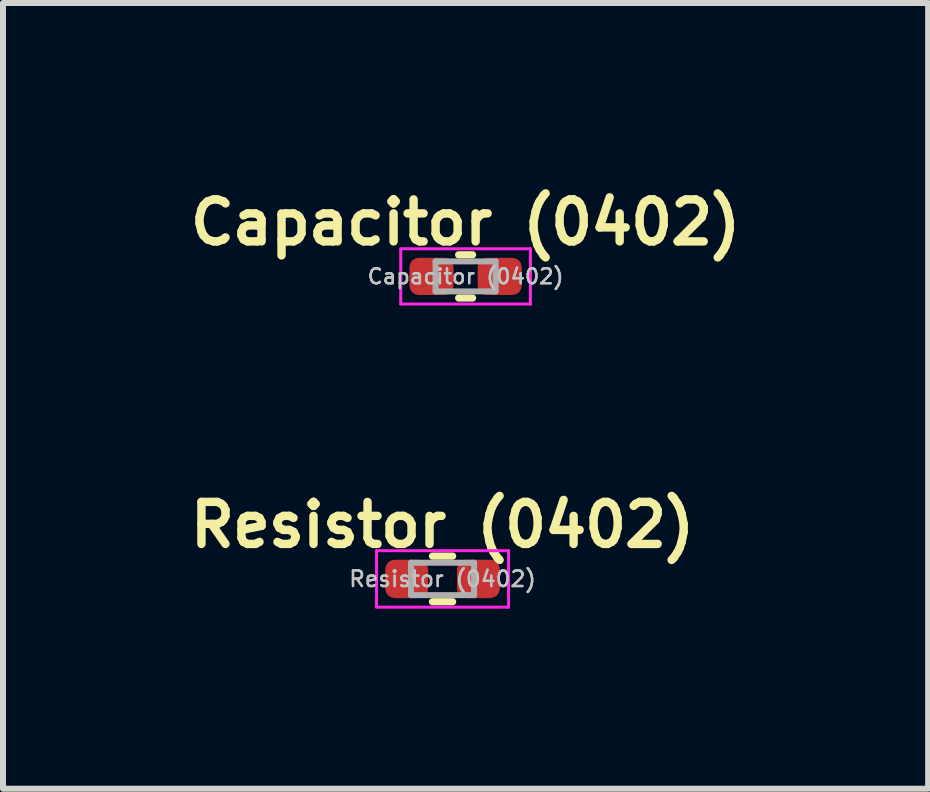
<source format=kicad_pcb>
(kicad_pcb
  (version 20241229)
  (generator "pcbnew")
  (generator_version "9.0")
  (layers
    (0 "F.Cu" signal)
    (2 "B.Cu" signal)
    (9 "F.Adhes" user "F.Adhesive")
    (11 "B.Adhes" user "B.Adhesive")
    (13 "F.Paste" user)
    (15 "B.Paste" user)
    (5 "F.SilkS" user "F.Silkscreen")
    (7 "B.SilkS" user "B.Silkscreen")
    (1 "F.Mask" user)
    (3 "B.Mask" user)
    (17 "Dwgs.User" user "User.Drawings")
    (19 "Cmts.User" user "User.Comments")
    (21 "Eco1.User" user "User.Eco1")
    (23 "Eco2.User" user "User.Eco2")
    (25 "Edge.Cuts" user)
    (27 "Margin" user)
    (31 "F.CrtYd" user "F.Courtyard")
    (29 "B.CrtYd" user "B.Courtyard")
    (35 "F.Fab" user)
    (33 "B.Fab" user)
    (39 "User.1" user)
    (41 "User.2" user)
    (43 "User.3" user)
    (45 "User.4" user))
  (footprint "Resistor (0402)"
    (layer "F.Cu")
    (at 4.323 6.595)
    (property "Reference" "Resistor (0402)" (at 0 -0.9 0) (layer "F.SilkS") (effects (font (size 0.7 0.7) (thickness 0.14) (bold yes))))
    (property "Value" "Resistor (0402)" (at 0 1.17 0) (layer "F.Fab") (hide yes) (effects (font (size 1 1) (thickness 0.15))))
    (attr smd)
    (fp_line (start -0.168 -0.38) (end 0.168 -0.38) (stroke (width 0.12) (type solid)) (layer "F.SilkS"))
    (fp_line (start -0.168 0.38) (end 0.168 0.38) (stroke (width 0.12) (type solid)) (layer "F.SilkS"))
    (fp_line (start -1.1 -0.47) (end 1.1 -0.47) (stroke (width 0.05) (type solid)) (layer "F.CrtYd"))
    (fp_line (start -1.1 0.47) (end -1.1 -0.47) (stroke (width 0.05) (type solid)) (layer "F.CrtYd"))
    (fp_line (start 1.1 -0.47) (end 1.1 0.47) (stroke (width 0.05) (type solid)) (layer "F.CrtYd"))
    (fp_line (start 1.1 0.47) (end -1.1 0.47) (stroke (width 0.05) (type solid)) (layer "F.CrtYd"))
    (fp_line (start -0.525 -0.27) (end 0.525 -0.27) (stroke (width 0.1) (type solid)) (layer "F.Fab"))
    (fp_line (start -0.525 0.27) (end -0.525 -0.27) (stroke (width 0.1) (type solid)) (layer "F.Fab"))
    (fp_line (start 0.525 -0.27) (end 0.525 0.27) (stroke (width 0.1) (type solid)) (layer "F.Fab"))
    (fp_line (start 0.525 0.27) (end -0.525 0.27) (stroke (width 0.1) (type solid)) (layer "F.Fab"))
    (fp_text user "${VALUE}" (at 0 0 0) (layer "Dwgs.User") (effects (font (size 0.26 0.26) (thickness 0.04))))
    (fp_text user "${REFERENCE}" (at 0 0 0) (layer "F.Fab") (effects (font (size 0.26 0.26) (thickness 0.04))))
    (pad "1" smd roundrect (at -0.598 0) (size 0.715 0.64) (layers "F.Cu" "F.Mask" "F.Paste") (roundrect_rratio 0.25))
    (pad "2" smd roundrect (at 0.598 0) (size 0.715 0.64) (layers "F.Cu" "F.Mask" "F.Paste") (roundrect_rratio 0.25)))
  (footprint "Capacitor (0402)"
    (layer "F.Cu")
    (at 4.707 1.555)
    (property "Reference" "Capacitor (0402)" (at 0 -0.9 0) (layer "F.SilkS") (effects (font (size 0.7 0.7) (thickness 0.14) (bold yes))))
    (property "Value" "Capacitor (0402)" (at 0 1.16 0) (layer "F.Fab") (hide yes) (effects (font (size 1 1) (thickness 0.15))))
    (attr smd)
    (fp_line (start -0.116 -0.36) (end 0.116 -0.36) (stroke (width 0.12) (type solid)) (layer "F.SilkS"))
    (fp_line (start -0.116 0.36) (end 0.116 0.36) (stroke (width 0.12) (type solid)) (layer "F.SilkS"))
    (fp_line (start -1.08 -0.46) (end 1.08 -0.46) (stroke (width 0.05) (type solid)) (layer "F.CrtYd"))
    (fp_line (start -1.08 0.46) (end -1.08 -0.46) (stroke (width 0.05) (type solid)) (layer "F.CrtYd"))
    (fp_line (start 1.08 -0.46) (end 1.08 0.46) (stroke (width 0.05) (type solid)) (layer "F.CrtYd"))
    (fp_line (start 1.08 0.46) (end -1.08 0.46) (stroke (width 0.05) (type solid)) (layer "F.CrtYd"))
    (fp_line (start -0.5 -0.25) (end 0.5 -0.25) (stroke (width 0.1) (type solid)) (layer "F.Fab"))
    (fp_line (start -0.5 0.25) (end -0.5 -0.25) (stroke (width 0.1) (type solid)) (layer "F.Fab"))
    (fp_line (start 0.5 -0.25) (end 0.5 0.25) (stroke (width 0.1) (type solid)) (layer "F.Fab"))
    (fp_line (start 0.5 0.25) (end -0.5 0.25) (stroke (width 0.1) (type solid)) (layer "F.Fab"))
    (fp_text user "${VALUE}" (at 0 0 0) (layer "Dwgs.User") (effects (font (size 0.25 0.25) (thickness 0.04))))
    (fp_text user "${REFERENCE}" (at 0 0 0) (layer "F.Fab") (effects (font (size 0.25 0.25) (thickness 0.04))))
    (pad "1" smd roundrect (at -0.568 0) (size 0.735 0.62) (layers "F.Cu" "F.Mask" "F.Paste") (roundrect_rratio 0.25))
    (pad "2" smd roundrect (at 0.568 0) (size 0.735 0.62) (layers "F.Cu" "F.Mask" "F.Paste") (roundrect_rratio 0.25)))
  (gr_rect
    (start -3 -3)
    (end 12.413 10.09)
    (stroke (width 0.1) (type default))
    (fill no)
    (layer "Edge.Cuts")))
</source>
